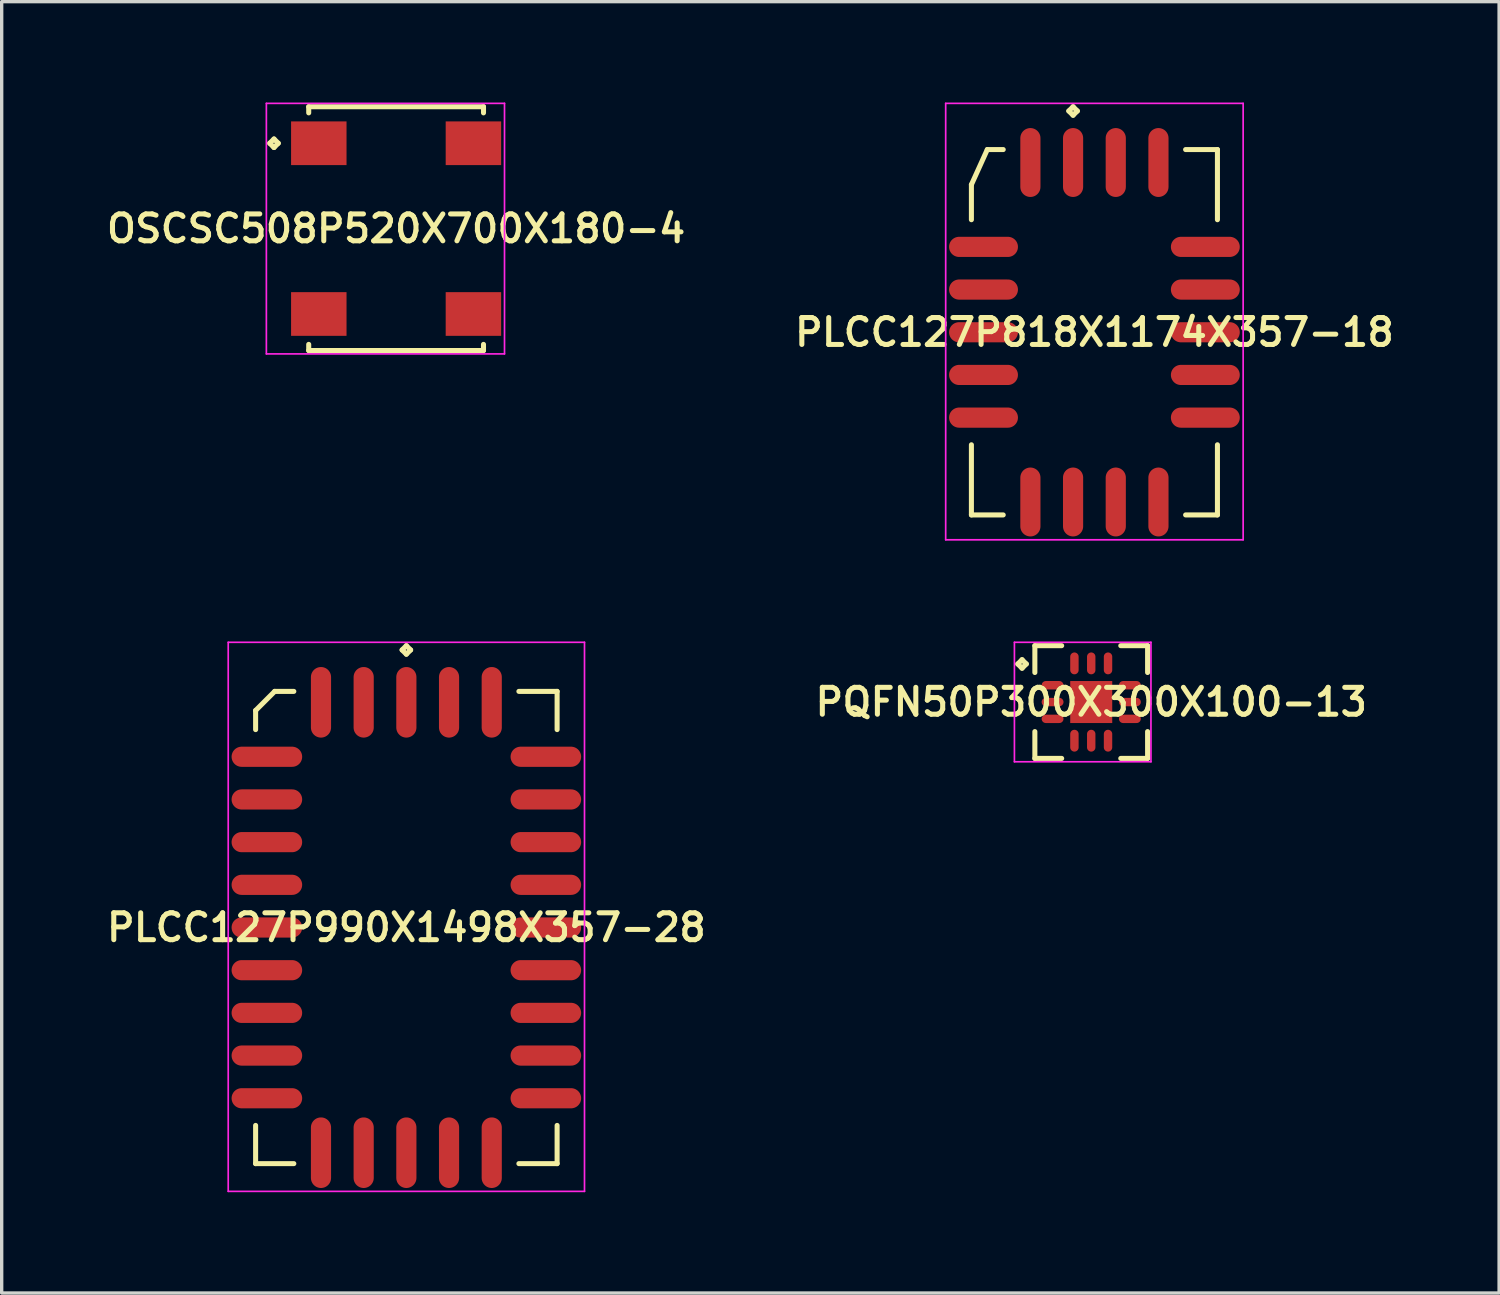
<source format=kicad_pcb>
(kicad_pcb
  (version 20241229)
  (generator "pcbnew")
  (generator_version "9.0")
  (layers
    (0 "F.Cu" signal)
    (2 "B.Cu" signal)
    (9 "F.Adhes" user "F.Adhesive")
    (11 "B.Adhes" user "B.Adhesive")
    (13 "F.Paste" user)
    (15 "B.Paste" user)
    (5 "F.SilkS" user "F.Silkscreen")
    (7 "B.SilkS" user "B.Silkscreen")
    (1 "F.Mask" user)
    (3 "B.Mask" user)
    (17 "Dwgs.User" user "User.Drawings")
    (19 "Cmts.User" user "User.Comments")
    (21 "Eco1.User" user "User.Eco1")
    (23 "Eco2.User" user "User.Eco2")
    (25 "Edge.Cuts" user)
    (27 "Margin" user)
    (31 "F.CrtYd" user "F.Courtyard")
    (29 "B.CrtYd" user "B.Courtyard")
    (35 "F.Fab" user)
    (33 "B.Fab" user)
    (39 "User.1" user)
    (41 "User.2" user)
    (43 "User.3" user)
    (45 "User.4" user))
  (footprint "OSCSC508P520X700X180-4"
    (layer "F.Cu")
    (at 8.735 3.752)
    (property "Reference" "OSCSC508P520X700X180-4" (at 0 0 0) (layer "F.SilkS") (effects (font (size 0.8 0.8) (thickness 0.15))))
    (attr smd)
    (fp_line (start -3.76 -2.54) (end -3.633 -2.667) (stroke (width 0.15) (type solid)) (layer "F.SilkS"))
    (fp_line (start -3.633 -2.667) (end -3.506 -2.54) (stroke (width 0.15) (type solid)) (layer "F.SilkS"))
    (fp_line (start -3.633 -2.413) (end -3.76 -2.54) (stroke (width 0.15) (type solid)) (layer "F.SilkS"))
    (fp_line (start -3.506 -2.54) (end -3.633 -2.413) (stroke (width 0.15) (type solid)) (layer "F.SilkS"))
    (fp_line (start -2.6 -3.627) (end 2.6 -3.627) (stroke (width 0.15) (type solid)) (layer "F.SilkS"))
    (fp_line (start -2.6 -3.444) (end -2.6 -3.627) (stroke (width 0.15) (type solid)) (layer "F.SilkS"))
    (fp_line (start -2.6 3.444) (end -2.6 3.627) (stroke (width 0.15) (type solid)) (layer "F.SilkS"))
    (fp_line (start -2.6 3.627) (end 2.6 3.627) (stroke (width 0.15) (type solid)) (layer "F.SilkS"))
    (fp_line (start 2.6 -3.627) (end 2.6 -3.444) (stroke (width 0.15) (type solid)) (layer "F.SilkS"))
    (fp_line (start 2.6 3.627) (end 2.6 3.444) (stroke (width 0.15) (type solid)) (layer "F.SilkS"))
    (fp_line (start -3.86 -3.727) (end 3.225 -3.727) (stroke (width 0.05) (type solid)) (layer "F.CrtYd"))
    (fp_line (start -3.86 3.727) (end -3.86 -3.727) (stroke (width 0.05) (type solid)) (layer "F.CrtYd"))
    (fp_line (start 3.225 -3.727) (end 3.225 3.727) (stroke (width 0.05) (type solid)) (layer "F.CrtYd"))
    (fp_line (start 3.225 3.727) (end -3.86 3.727) (stroke (width 0.05) (type solid)) (layer "F.CrtYd"))
    (pad "1" smd rect (at -2.3 -2.54) (size 1.65 1.3) (layers "F.Cu" "F.Mask" "F.Paste"))
    (pad "2" smd rect (at -2.3 2.54) (size 1.65 1.3) (layers "F.Cu" "F.Mask" "F.Paste"))
    (pad "3" smd rect (at 2.3 2.54) (size 1.65 1.3) (layers "F.Cu" "F.Mask" "F.Paste"))
    (pad "4" smd rect (at 2.3 -2.54) (size 1.65 1.3) (layers "F.Cu" "F.Mask" "F.Paste")))
  (footprint "PLCC127P990X1498X357-28"
    (layer "F.Cu")
    (at 9.04 24.545)
    (property "Reference" "PLCC127P990X1498X357-28" (at 0 0 0) (layer "F.SilkS") (effects (font (size 0.8 0.8) (thickness 0.15))))
    (attr smd)
    (fp_line (start -4.485 -6.457) (end -3.917 -7.025) (stroke (width 0.15) (type solid)) (layer "F.SilkS"))
    (fp_line (start -4.485 -5.888) (end -4.485 -6.457) (stroke (width 0.15) (type solid)) (layer "F.SilkS"))
    (fp_line (start -4.485 5.888) (end -4.485 7.025) (stroke (width 0.15) (type solid)) (layer "F.SilkS"))
    (fp_line (start -4.485 7.025) (end -3.348 7.025) (stroke (width 0.15) (type solid)) (layer "F.SilkS"))
    (fp_line (start -3.917 -7.025) (end -3.348 -7.025) (stroke (width 0.15) (type solid)) (layer "F.SilkS"))
    (fp_line (start -0.127 -8.258) (end 0 -8.385) (stroke (width 0.15) (type solid)) (layer "F.SilkS"))
    (fp_line (start 0 -8.385) (end 0.127 -8.258) (stroke (width 0.15) (type solid)) (layer "F.SilkS"))
    (fp_line (start 0 -8.131) (end -0.127 -8.258) (stroke (width 0.15) (type solid)) (layer "F.SilkS"))
    (fp_line (start 0.127 -8.258) (end 0 -8.131) (stroke (width 0.15) (type solid)) (layer "F.SilkS"))
    (fp_line (start 4.485 -7.025) (end 3.348 -7.025) (stroke (width 0.15) (type solid)) (layer "F.SilkS"))
    (fp_line (start 4.485 -5.888) (end 4.485 -7.025) (stroke (width 0.15) (type solid)) (layer "F.SilkS"))
    (fp_line (start 4.485 5.888) (end 4.485 7.025) (stroke (width 0.15) (type solid)) (layer "F.SilkS"))
    (fp_line (start 4.485 7.025) (end 3.348 7.025) (stroke (width 0.15) (type solid)) (layer "F.SilkS"))
    (fp_line (start -5.3 -8.485) (end 5.3 -8.485) (stroke (width 0.05) (type solid)) (layer "F.CrtYd"))
    (fp_line (start -5.3 7.85) (end -5.3 -8.485) (stroke (width 0.05) (type solid)) (layer "F.CrtYd"))
    (fp_line (start 5.3 -8.485) (end 5.3 7.85) (stroke (width 0.05) (type solid)) (layer "F.CrtYd"))
    (fp_line (start 5.3 7.85) (end -5.3 7.85) (stroke (width 0.05) (type solid)) (layer "F.CrtYd"))
    (pad "1" smd oval (at 0 -6.7) (size 0.6 2.1) (layers "F.Cu" "F.Mask" "F.Paste"))
    (pad "2" smd oval (at -1.27 -6.7) (size 0.6 2.1) (layers "F.Cu" "F.Mask" "F.Paste"))
    (pad "3" smd oval (at -2.54 -6.7) (size 0.6 2.1) (layers "F.Cu" "F.Mask" "F.Paste"))
    (pad "4" smd oval (at -4.15 -5.08) (size 2.1 0.6) (layers "F.Cu" "F.Mask" "F.Paste"))
    (pad "5" smd oval (at -4.15 -3.81) (size 2.1 0.6) (layers "F.Cu" "F.Mask" "F.Paste"))
    (pad "6" smd oval (at -4.15 -2.54) (size 2.1 0.6) (layers "F.Cu" "F.Mask" "F.Paste"))
    (pad "7" smd oval (at -4.15 -1.27) (size 2.1 0.6) (layers "F.Cu" "F.Mask" "F.Paste"))
    (pad "8" smd oval (at -4.15 0) (size 2.1 0.6) (layers "F.Cu" "F.Mask" "F.Paste"))
    (pad "9" smd oval (at -4.15 1.27) (size 2.1 0.6) (layers "F.Cu" "F.Mask" "F.Paste"))
    (pad "10" smd oval (at -4.15 2.54) (size 2.1 0.6) (layers "F.Cu" "F.Mask" "F.Paste"))
    (pad "11" smd oval (at -4.15 3.81) (size 2.1 0.6) (layers "F.Cu" "F.Mask" "F.Paste"))
    (pad "12" smd oval (at -4.15 5.08) (size 2.1 0.6) (layers "F.Cu" "F.Mask" "F.Paste"))
    (pad "13" smd oval (at -2.54 6.7) (size 0.6 2.1) (layers "F.Cu" "F.Mask" "F.Paste"))
    (pad "14" smd oval (at -1.27 6.7) (size 0.6 2.1) (layers "F.Cu" "F.Mask" "F.Paste"))
    (pad "15" smd oval (at 0 6.7) (size 0.6 2.1) (layers "F.Cu" "F.Mask" "F.Paste"))
    (pad "16" smd oval (at 1.27 6.7) (size 0.6 2.1) (layers "F.Cu" "F.Mask" "F.Paste"))
    (pad "17" smd oval (at 2.54 6.7) (size 0.6 2.1) (layers "F.Cu" "F.Mask" "F.Paste"))
    (pad "18" smd oval (at 4.15 5.08) (size 2.1 0.6) (layers "F.Cu" "F.Mask" "F.Paste"))
    (pad "19" smd oval (at 4.15 3.81) (size 2.1 0.6) (layers "F.Cu" "F.Mask" "F.Paste"))
    (pad "20" smd oval (at 4.15 2.54) (size 2.1 0.6) (layers "F.Cu" "F.Mask" "F.Paste"))
    (pad "21" smd oval (at 4.15 1.27) (size 2.1 0.6) (layers "F.Cu" "F.Mask" "F.Paste"))
    (pad "22" smd oval (at 4.15 0) (size 2.1 0.6) (layers "F.Cu" "F.Mask" "F.Paste"))
    (pad "23" smd oval (at 4.15 -1.27) (size 2.1 0.6) (layers "F.Cu" "F.Mask" "F.Paste"))
    (pad "24" smd oval (at 4.15 -2.54) (size 2.1 0.6) (layers "F.Cu" "F.Mask" "F.Paste"))
    (pad "25" smd oval (at 4.15 -3.81) (size 2.1 0.6) (layers "F.Cu" "F.Mask" "F.Paste"))
    (pad "26" smd oval (at 4.15 -5.08) (size 2.1 0.6) (layers "F.Cu" "F.Mask" "F.Paste"))
    (pad "27" smd oval (at 2.54 -6.7) (size 0.6 2.1) (layers "F.Cu" "F.Mask" "F.Paste"))
    (pad "28" smd oval (at 1.27 -6.7) (size 0.6 2.1) (layers "F.Cu" "F.Mask" "F.Paste")))
  (footprint "PQFN50P300X300X100-13"
    (layer "F.Cu")
    (at 29.416 17.837)
    (property "Reference" "PQFN50P300X300X100-13" (at 0 0 0) (layer "F.SilkS") (effects (font (size 0.8 0.8) (thickness 0.15))))
    (attr smd)
    (fp_line (start -2.185 -1.133) (end -2.058 -1.26) (stroke (width 0.15) (type solid)) (layer "F.SilkS"))
    (fp_line (start -2.058 -1.26) (end -1.931 -1.133) (stroke (width 0.15) (type solid)) (layer "F.SilkS"))
    (fp_line (start -2.058 -1.006) (end -2.185 -1.133) (stroke (width 0.15) (type solid)) (layer "F.SilkS"))
    (fp_line (start -1.931 -1.133) (end -2.058 -1.006) (stroke (width 0.15) (type solid)) (layer "F.SilkS"))
    (fp_line (start -1.677 -1.677) (end -0.879 -1.677) (stroke (width 0.15) (type solid)) (layer "F.SilkS"))
    (fp_line (start -1.677 -0.879) (end -1.677 -1.677) (stroke (width 0.15) (type solid)) (layer "F.SilkS"))
    (fp_line (start -1.677 0.879) (end -1.677 1.677) (stroke (width 0.15) (type solid)) (layer "F.SilkS"))
    (fp_line (start -1.677 1.677) (end -0.879 1.677) (stroke (width 0.15) (type solid)) (layer "F.SilkS"))
    (fp_line (start 0.879 -1.677) (end 1.677 -1.677) (stroke (width 0.15) (type solid)) (layer "F.SilkS"))
    (fp_line (start 0.879 1.677) (end 1.677 1.677) (stroke (width 0.15) (type solid)) (layer "F.SilkS"))
    (fp_line (start 1.677 -1.677) (end 1.677 -0.879) (stroke (width 0.15) (type solid)) (layer "F.SilkS"))
    (fp_line (start 1.677 1.677) (end 1.677 0.879) (stroke (width 0.15) (type solid)) (layer "F.SilkS"))
    (fp_line (start -2.285 -1.777) (end 1.777 -1.777) (stroke (width 0.05) (type solid)) (layer "F.CrtYd"))
    (fp_line (start -2.285 1.777) (end -2.285 -1.777) (stroke (width 0.05) (type solid)) (layer "F.CrtYd"))
    (fp_line (start 1.777 -1.777) (end 1.777 1.777) (stroke (width 0.05) (type solid)) (layer "F.CrtYd"))
    (fp_line (start 1.777 1.777) (end -2.285 1.777) (stroke (width 0.05) (type solid)) (layer "F.CrtYd"))
    (pad "1" smd oval (at -1.15 -0.5) (size 0.65 0.25) (layers "F.Cu" "F.Mask" "F.Paste"))
    (pad "2" smd oval (at -1.15 0) (size 0.65 0.25) (layers "F.Cu" "F.Mask" "F.Paste"))
    (pad "3" smd oval (at -1.15 0.5) (size 0.65 0.25) (layers "F.Cu" "F.Mask" "F.Paste"))
    (pad "4" smd oval (at -0.5 1.15) (size 0.25 0.65) (layers "F.Cu" "F.Mask" "F.Paste"))
    (pad "5" smd oval (at 0 1.15) (size 0.25 0.65) (layers "F.Cu" "F.Mask" "F.Paste"))
    (pad "6" smd oval (at 0.5 1.15) (size 0.25 0.65) (layers "F.Cu" "F.Mask" "F.Paste"))
    (pad "7" smd oval (at 1.15 0.5) (size 0.65 0.25) (layers "F.Cu" "F.Mask" "F.Paste"))
    (pad "8" smd oval (at 1.15 0) (size 0.65 0.25) (layers "F.Cu" "F.Mask" "F.Paste"))
    (pad "9" smd oval (at 1.15 -0.5) (size 0.65 0.25) (layers "F.Cu" "F.Mask" "F.Paste"))
    (pad "10" smd oval (at 0.5 -1.15) (size 0.25 0.65) (layers "F.Cu" "F.Mask" "F.Paste"))
    (pad "11" smd oval (at 0 -1.15) (size 0.25 0.65) (layers "F.Cu" "F.Mask" "F.Paste"))
    (pad "12" smd oval (at -0.5 -1.15) (size 0.25 0.65) (layers "F.Cu" "F.Mask" "F.Paste"))
    (pad "13" smd rect (at 0 0) (size 1.25 1.25) (layers "F.Cu" "F.Mask" "F.Paste")))
  (footprint "PLCC127P818X1174X357-18"
    (layer "F.Cu")
    (at 29.511 6.835)
    (property "Reference" "PLCC127P818X1174X357-18" (at 0 0 0) (layer "F.SilkS") (effects (font (size 0.8 0.8) (thickness 0.15))))
    (attr smd)
    (fp_line (start -3.66 -4.391) (end -3.187 -5.435) (stroke (width 0.15) (type solid)) (layer "F.SilkS"))
    (fp_line (start -3.66 -3.348) (end -3.66 -4.391) (stroke (width 0.15) (type solid)) (layer "F.SilkS"))
    (fp_line (start -3.66 3.348) (end -3.66 5.435) (stroke (width 0.15) (type solid)) (layer "F.SilkS"))
    (fp_line (start -3.66 5.435) (end -2.713 5.435) (stroke (width 0.15) (type solid)) (layer "F.SilkS"))
    (fp_line (start -3.187 -5.435) (end -2.713 -5.435) (stroke (width 0.15) (type solid)) (layer "F.SilkS"))
    (fp_line (start -0.762 -6.583) (end -0.635 -6.71) (stroke (width 0.15) (type solid)) (layer "F.SilkS"))
    (fp_line (start -0.635 -6.71) (end -0.508 -6.583) (stroke (width 0.15) (type solid)) (layer "F.SilkS"))
    (fp_line (start -0.635 -6.456) (end -0.762 -6.583) (stroke (width 0.15) (type solid)) (layer "F.SilkS"))
    (fp_line (start -0.508 -6.583) (end -0.635 -6.456) (stroke (width 0.15) (type solid)) (layer "F.SilkS"))
    (fp_line (start 3.66 -5.435) (end 2.713 -5.435) (stroke (width 0.15) (type solid)) (layer "F.SilkS"))
    (fp_line (start 3.66 -3.348) (end 3.66 -5.435) (stroke (width 0.15) (type solid)) (layer "F.SilkS"))
    (fp_line (start 3.66 3.348) (end 3.66 5.435) (stroke (width 0.15) (type solid)) (layer "F.SilkS"))
    (fp_line (start 3.66 5.435) (end 2.713 5.435) (stroke (width 0.15) (type solid)) (layer "F.SilkS"))
    (fp_line (start -4.425 -6.81) (end 4.425 -6.81) (stroke (width 0.05) (type solid)) (layer "F.CrtYd"))
    (fp_line (start -4.425 6.175) (end -4.425 -6.81) (stroke (width 0.05) (type solid)) (layer "F.CrtYd"))
    (fp_line (start 4.425 -6.81) (end 4.425 6.175) (stroke (width 0.05) (type solid)) (layer "F.CrtYd"))
    (fp_line (start 4.425 6.175) (end -4.425 6.175) (stroke (width 0.05) (type solid)) (layer "F.CrtYd"))
    (pad "1" smd oval (at -0.635 -5.05) (size 0.6 2.05) (layers "F.Cu" "F.Mask" "F.Paste"))
    (pad "2" smd oval (at -1.905 -5.05) (size 0.6 2.05) (layers "F.Cu" "F.Mask" "F.Paste"))
    (pad "3" smd oval (at -3.3 -2.54) (size 2.05 0.6) (layers "F.Cu" "F.Mask" "F.Paste"))
    (pad "4" smd oval (at -3.3 -1.27) (size 2.05 0.6) (layers "F.Cu" "F.Mask" "F.Paste"))
    (pad "5" smd oval (at -3.3 0) (size 2.05 0.6) (layers "F.Cu" "F.Mask" "F.Paste"))
    (pad "6" smd oval (at -3.3 1.27) (size 2.05 0.6) (layers "F.Cu" "F.Mask" "F.Paste"))
    (pad "7" smd oval (at -3.3 2.54) (size 2.05 0.6) (layers "F.Cu" "F.Mask" "F.Paste"))
    (pad "8" smd oval (at -1.905 5.05) (size 0.6 2.05) (layers "F.Cu" "F.Mask" "F.Paste"))
    (pad "9" smd oval (at -0.635 5.05) (size 0.6 2.05) (layers "F.Cu" "F.Mask" "F.Paste"))
    (pad "10" smd oval (at 0.635 5.05) (size 0.6 2.05) (layers "F.Cu" "F.Mask" "F.Paste"))
    (pad "11" smd oval (at 1.905 5.05) (size 0.6 2.05) (layers "F.Cu" "F.Mask" "F.Paste"))
    (pad "12" smd oval (at 3.3 2.54) (size 2.05 0.6) (layers "F.Cu" "F.Mask" "F.Paste"))
    (pad "13" smd oval (at 3.3 1.27) (size 2.05 0.6) (layers "F.Cu" "F.Mask" "F.Paste"))
    (pad "14" smd oval (at 3.3 0) (size 2.05 0.6) (layers "F.Cu" "F.Mask" "F.Paste"))
    (pad "15" smd oval (at 3.3 -1.27) (size 2.05 0.6) (layers "F.Cu" "F.Mask" "F.Paste"))
    (pad "16" smd oval (at 3.3 -2.54) (size 2.05 0.6) (layers "F.Cu" "F.Mask" "F.Paste"))
    (pad "17" smd oval (at 1.905 -5.05) (size 0.6 2.05) (layers "F.Cu" "F.Mask" "F.Paste"))
    (pad "18" smd oval (at 0.635 -5.05) (size 0.6 2.05) (layers "F.Cu" "F.Mask" "F.Paste")))
  (gr_rect
    (start -3 -3)
    (end 41.551 35.42)
    (stroke (width 0.1) (type default))
    (fill no)
    (layer "Edge.Cuts")))
</source>
